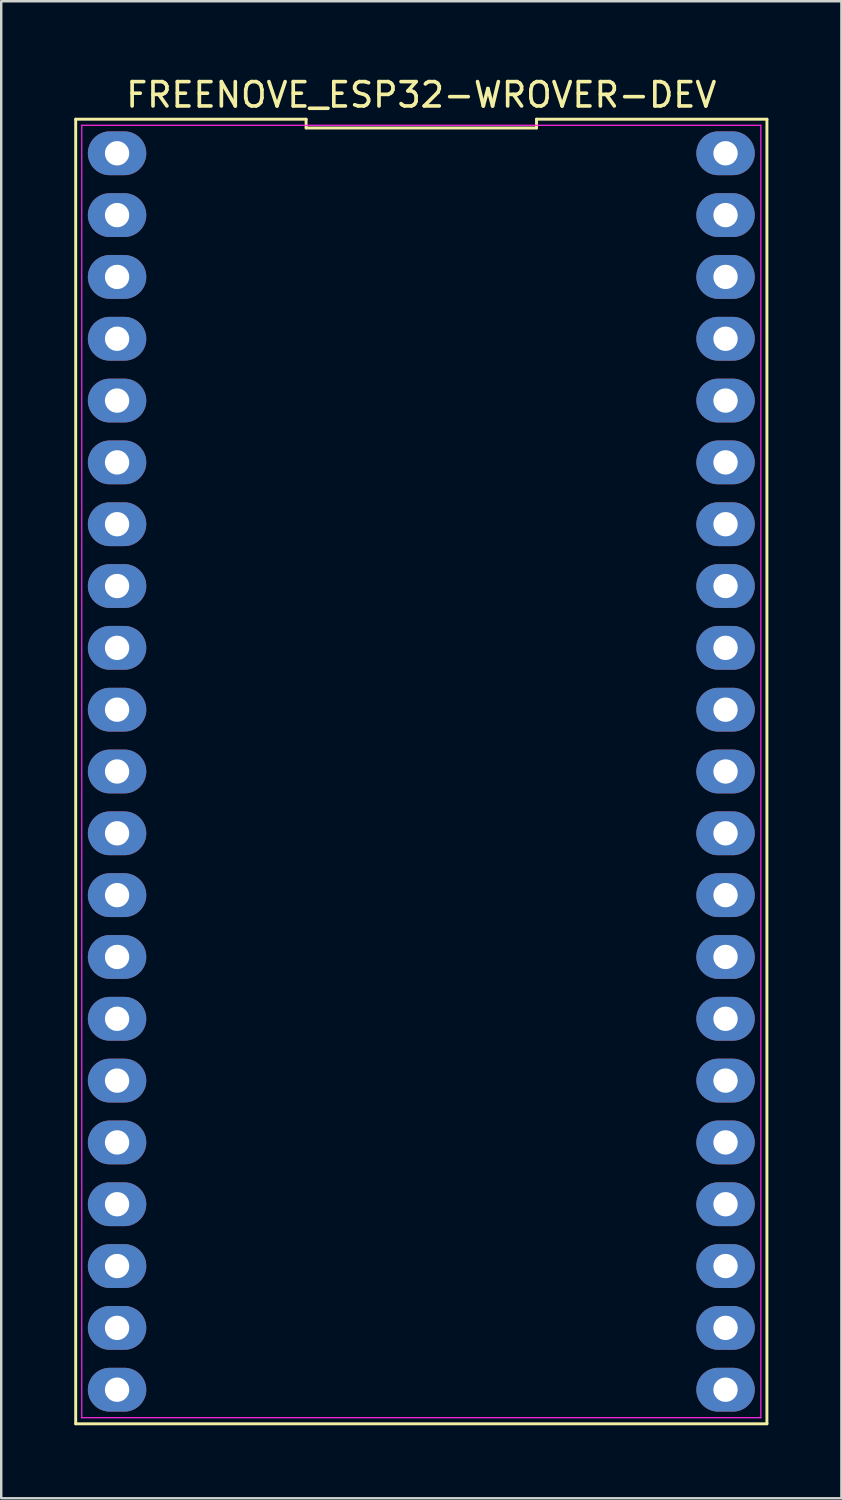
<source format=kicad_pcb>
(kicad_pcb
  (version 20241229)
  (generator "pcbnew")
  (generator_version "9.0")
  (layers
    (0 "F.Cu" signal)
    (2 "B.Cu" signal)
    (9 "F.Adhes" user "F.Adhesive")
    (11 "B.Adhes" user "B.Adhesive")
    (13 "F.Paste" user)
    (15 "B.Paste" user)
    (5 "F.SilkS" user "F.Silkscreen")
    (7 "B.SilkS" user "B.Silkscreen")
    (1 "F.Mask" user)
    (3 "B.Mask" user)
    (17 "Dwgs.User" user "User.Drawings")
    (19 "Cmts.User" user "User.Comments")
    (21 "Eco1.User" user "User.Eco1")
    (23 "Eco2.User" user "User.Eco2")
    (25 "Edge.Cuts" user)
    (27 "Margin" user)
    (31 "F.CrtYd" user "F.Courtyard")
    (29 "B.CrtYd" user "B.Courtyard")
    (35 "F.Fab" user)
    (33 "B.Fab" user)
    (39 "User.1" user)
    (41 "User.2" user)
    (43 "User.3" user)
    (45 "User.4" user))
  (footprint "FREENOVE_ESP32-WROVER-DEV"
    (layer "F.Cu")
    (at 14.26 27.378)
    (property "Reference" "FREENOVE_ESP32-WROVER-DEV" (at 0 -26.53 0) (layer "F.SilkS") (effects (font (size 1 1) (thickness 0.15))))
    (attr through_hole)
    (fp_line (start -14.2 28.07) (end 14.2 28.07) (stroke (width 0.12) (type solid)) (layer "F.SilkS"))
    (fp_line (start -14.2 -25.53) (end -14.2 28.07) (stroke (width 0.12) (type solid)) (layer "F.SilkS"))
    (fp_line (start -4.733 -25.53) (end -14.2 -25.53) (stroke (width 0.12) (type solid)) (layer "F.SilkS"))
    (fp_line (start -4.733 -25.17) (end -4.733 -25.53) (stroke (width 0.12) (type solid)) (layer "F.SilkS"))
    (fp_line (start 4.733 -25.53) (end 4.733 -25.17) (stroke (width 0.12) (type solid)) (layer "F.SilkS"))
    (fp_line (start 4.733 -25.17) (end -4.733 -25.17) (stroke (width 0.12) (type solid)) (layer "F.SilkS"))
    (fp_line (start 14.2 28.07) (end 14.2 -25.53) (stroke (width 0.12) (type solid)) (layer "F.SilkS"))
    (fp_line (start 14.2 -25.53) (end 4.733 -25.53) (stroke (width 0.12) (type solid)) (layer "F.SilkS"))
    (fp_line (start -13.95 -25.28) (end 13.95 -25.28) (stroke (width 0.05) (type solid)) (layer "F.CrtYd"))
    (fp_line (start -13.95 27.82) (end -13.95 -25.28) (stroke (width 0.05) (type solid)) (layer "F.CrtYd"))
    (fp_line (start 13.95 -25.28) (end 13.95 27.82) (stroke (width 0.05) (type solid)) (layer "F.CrtYd"))
    (fp_line (start 13.95 27.82) (end -13.95 27.82) (stroke (width 0.05) (type solid)) (layer "F.CrtYd"))
    (pad "1" thru_hole oval (at -12.5 -24.13 270) (size 1.8 2.4) (drill 1) (layers "*.Cu" "*.Mask"))
    (pad "2" thru_hole oval (at -12.5 -21.59 270) (size 1.8 2.4) (drill 1) (layers "*.Cu" "*.Mask"))
    (pad "3" thru_hole oval (at -12.5 -19.05 270) (size 1.8 2.4) (drill 1) (layers "*.Cu" "*.Mask"))
    (pad "4" thru_hole oval (at -12.5 -16.51 270) (size 1.8 2.4) (drill 1) (layers "*.Cu" "*.Mask"))
    (pad "5" thru_hole oval (at -12.5 -13.97 270) (size 1.8 2.4) (drill 1) (layers "*.Cu" "*.Mask"))
    (pad "6" thru_hole oval (at -12.5 -11.43 270) (size 1.8 2.4) (drill 1) (layers "*.Cu" "*.Mask"))
    (pad "7" thru_hole oval (at -12.5 -8.89 270) (size 1.8 2.4) (drill 1) (layers "*.Cu" "*.Mask"))
    (pad "8" thru_hole oval (at -12.5 -6.35 270) (size 1.8 2.4) (drill 1) (layers "*.Cu" "*.Mask"))
    (pad "9" thru_hole oval (at -12.5 -3.81 270) (size 1.8 2.4) (drill 1) (layers "*.Cu" "*.Mask"))
    (pad "10" thru_hole oval (at -12.5 -1.27 270) (size 1.8 2.4) (drill 1) (layers "*.Cu" "*.Mask"))
    (pad "11" thru_hole oval (at -12.5 1.27 270) (size 1.8 2.4) (drill 1) (layers "*.Cu" "*.Mask"))
    (pad "12" thru_hole oval (at -12.5 3.81 270) (size 1.8 2.4) (drill 1) (layers "*.Cu" "*.Mask"))
    (pad "13" thru_hole oval (at -12.5 6.35 270) (size 1.8 2.4) (drill 1) (layers "*.Cu" "*.Mask"))
    (pad "14" thru_hole oval (at -12.5 8.89 270) (size 1.8 2.4) (drill 1) (layers "*.Cu" "*.Mask"))
    (pad "15" thru_hole oval (at -12.5 11.43 270) (size 1.8 2.4) (drill 1) (layers "*.Cu" "*.Mask"))
    (pad "16" thru_hole oval (at -12.5 13.97 270) (size 1.8 2.4) (drill 1) (layers "*.Cu" "*.Mask"))
    (pad "17" thru_hole oval (at -12.5 16.51 270) (size 1.8 2.4) (drill 1) (layers "*.Cu" "*.Mask"))
    (pad "18" thru_hole oval (at -12.5 19.05 270) (size 1.8 2.4) (drill 1) (layers "*.Cu" "*.Mask"))
    (pad "19" thru_hole oval (at -12.5 21.59 270) (size 1.8 2.4) (drill 1) (layers "*.Cu" "*.Mask"))
    (pad "20" thru_hole oval (at -12.5 24.13 270) (size 1.8 2.4) (drill 1) (layers "*.Cu" "*.Mask"))
    (pad "21" thru_hole oval (at -12.5 26.67 270) (size 1.8 2.4) (drill 1) (layers "*.Cu" "*.Mask"))
    (pad "22" thru_hole oval (at 12.5 26.67 270) (size 1.8 2.4) (drill 1) (layers "*.Cu" "*.Mask"))
    (pad "23" thru_hole oval (at 12.5 24.13 270) (size 1.8 2.4) (drill 1) (layers "*.Cu" "*.Mask"))
    (pad "24" thru_hole oval (at 12.5 21.59 270) (size 1.8 2.4) (drill 1) (layers "*.Cu" "*.Mask"))
    (pad "25" thru_hole oval (at 12.5 19.05 270) (size 1.8 2.4) (drill 1) (layers "*.Cu" "*.Mask"))
    (pad "26" thru_hole oval (at 12.5 16.51 270) (size 1.8 2.4) (drill 1) (layers "*.Cu" "*.Mask"))
    (pad "27" thru_hole oval (at 12.5 13.97 270) (size 1.8 2.4) (drill 1) (layers "*.Cu" "*.Mask"))
    (pad "28" thru_hole oval (at 12.5 11.43 270) (size 1.8 2.4) (drill 1) (layers "*.Cu" "*.Mask"))
    (pad "29" thru_hole oval (at 12.5 8.89 270) (size 1.8 2.4) (drill 1) (layers "*.Cu" "*.Mask"))
    (pad "30" thru_hole oval (at 12.5 6.35 270) (size 1.8 2.4) (drill 1) (layers "*.Cu" "*.Mask"))
    (pad "31" thru_hole oval (at 12.5 3.81 270) (size 1.8 2.4) (drill 1) (layers "*.Cu" "*.Mask"))
    (pad "32" thru_hole oval (at 12.5 1.27 270) (size 1.8 2.4) (drill 1) (layers "*.Cu" "*.Mask"))
    (pad "33" thru_hole oval (at 12.5 -1.27 270) (size 1.8 2.4) (drill 1) (layers "*.Cu" "*.Mask"))
    (pad "34" thru_hole oval (at 12.5 -3.81 270) (size 1.8 2.4) (drill 1) (layers "*.Cu" "*.Mask"))
    (pad "35" thru_hole oval (at 12.5 -6.35 270) (size 1.8 2.4) (drill 1) (layers "*.Cu" "*.Mask"))
    (pad "36" thru_hole oval (at 12.5 -8.89 270) (size 1.8 2.4) (drill 1) (layers "*.Cu" "*.Mask"))
    (pad "37" thru_hole oval (at 12.5 -11.43 270) (size 1.8 2.4) (drill 1) (layers "*.Cu" "*.Mask"))
    (pad "38" thru_hole oval (at 12.5 -13.97 270) (size 1.8 2.4) (drill 1) (layers "*.Cu" "*.Mask"))
    (pad "39" thru_hole oval (at 12.5 -16.51 270) (size 1.8 2.4) (drill 1) (layers "*.Cu" "*.Mask"))
    (pad "40" thru_hole oval (at 12.5 -19.05 270) (size 1.8 2.4) (drill 1) (layers "*.Cu" "*.Mask"))
    (pad "41" thru_hole oval (at 12.5 -21.59 270) (size 1.8 2.4) (drill 1) (layers "*.Cu" "*.Mask"))
    (pad "42" thru_hole oval (at 12.5 -24.13 270) (size 1.8 2.4) (drill 1) (layers "*.Cu" "*.Mask")))
  (gr_rect
    (start -3 -3)
    (end 31.52 58.508)
    (stroke (width 0.1) (type default))
    (fill no)
    (layer "Edge.Cuts")))
</source>
